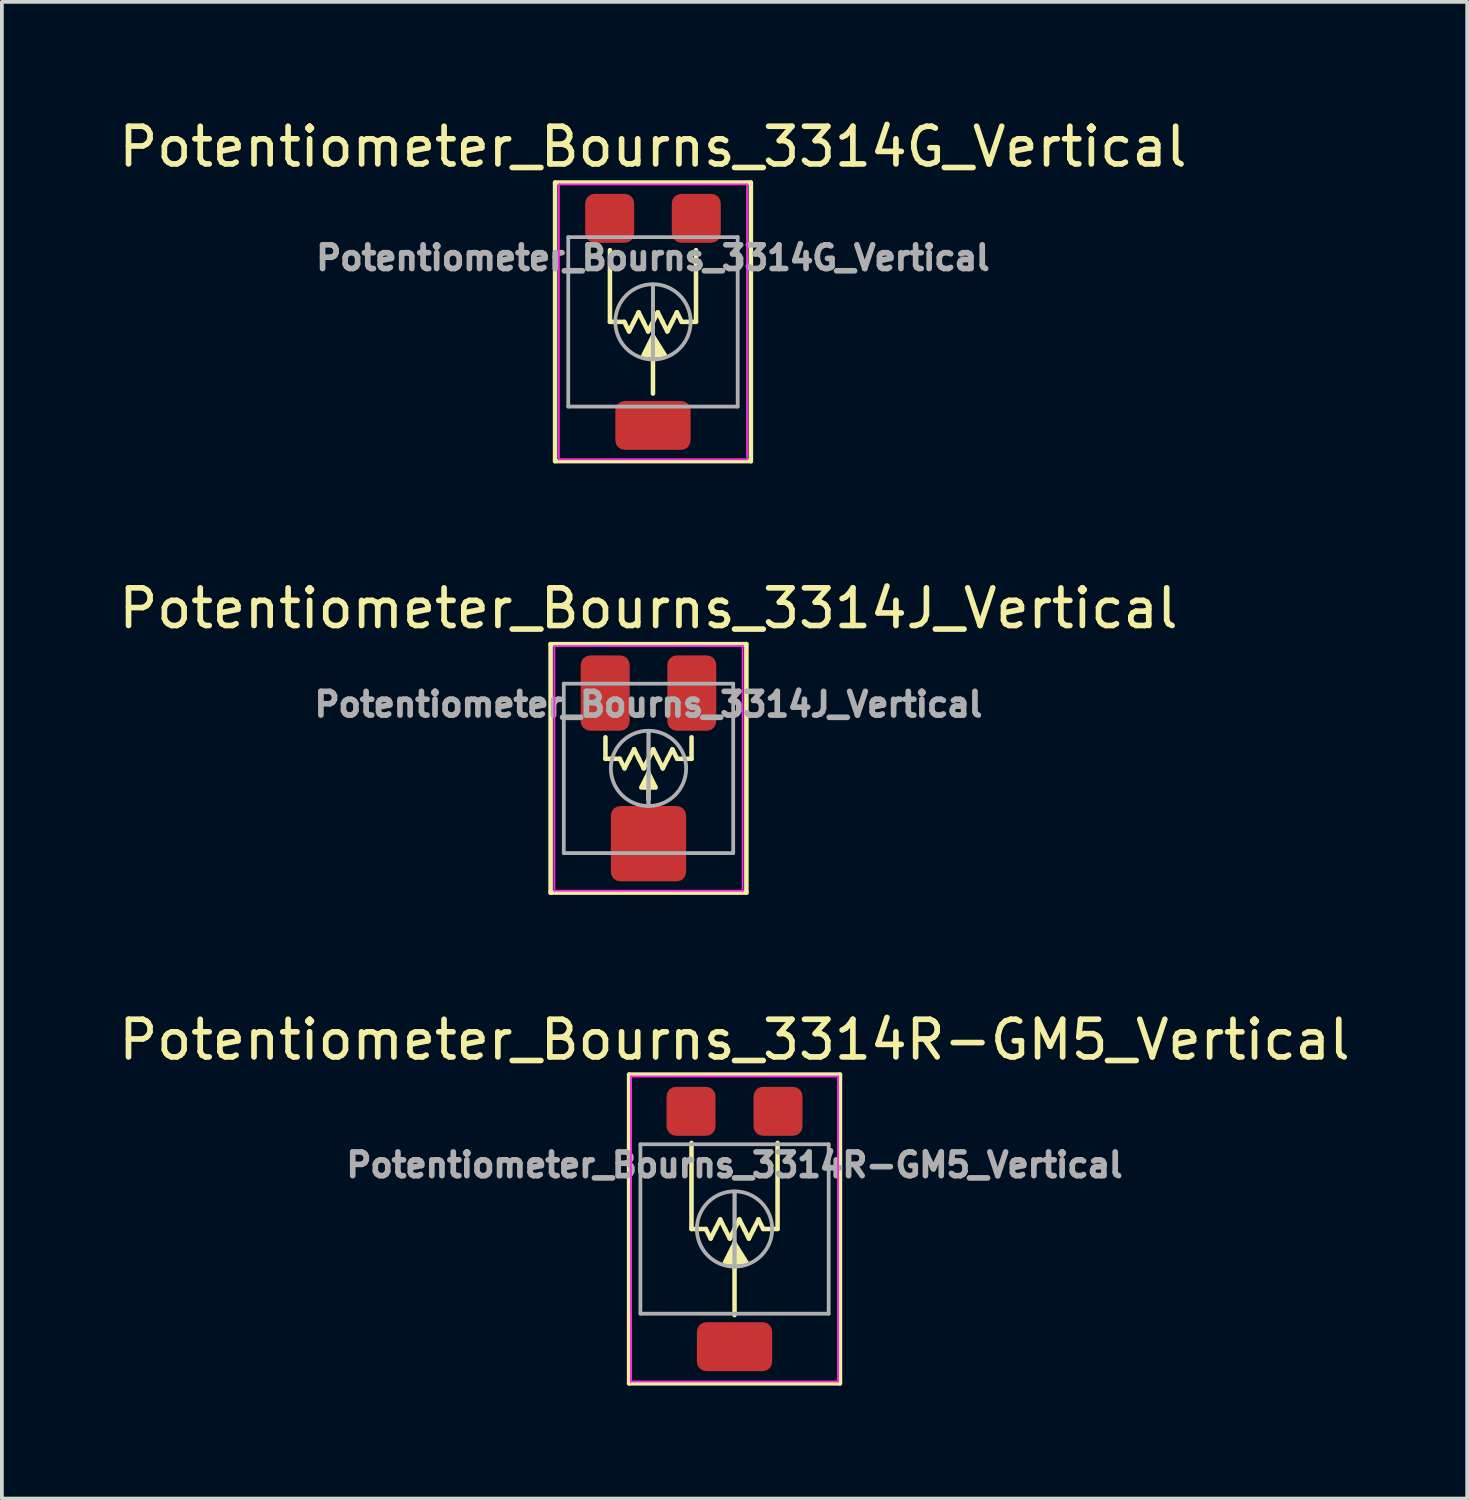
<source format=kicad_pcb>
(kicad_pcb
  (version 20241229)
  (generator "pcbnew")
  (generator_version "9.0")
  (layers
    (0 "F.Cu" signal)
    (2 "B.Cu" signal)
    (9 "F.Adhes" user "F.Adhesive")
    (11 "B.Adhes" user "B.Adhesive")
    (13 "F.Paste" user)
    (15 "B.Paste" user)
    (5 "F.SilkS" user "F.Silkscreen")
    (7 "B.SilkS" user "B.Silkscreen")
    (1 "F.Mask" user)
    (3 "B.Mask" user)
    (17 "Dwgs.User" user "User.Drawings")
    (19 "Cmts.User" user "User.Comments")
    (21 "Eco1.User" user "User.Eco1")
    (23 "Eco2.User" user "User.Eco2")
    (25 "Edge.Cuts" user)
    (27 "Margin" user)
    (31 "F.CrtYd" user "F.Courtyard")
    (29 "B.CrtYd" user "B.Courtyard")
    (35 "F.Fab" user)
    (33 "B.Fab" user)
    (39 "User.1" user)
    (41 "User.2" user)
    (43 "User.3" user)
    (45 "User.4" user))
  (footprint "Potentiometer_Bourns_3314R-GM5_Vertical"
    (layer "F.Cu")
    (at 16.458 29.59)
    (property "Reference" "Potentiometer_Bourns_3314R-GM5_Vertical" (at 0 -5.025 0) (layer "F.SilkS") (effects (font (size 1 1) (thickness 0.15))))
    (attr smd)
    (fp_line (start -2.8 -4.1) (end -2.8 4.1) (stroke (width 0.12) (type solid)) (layer "F.SilkS"))
    (fp_line (start -2.8 4.1) (end 2.8 4.1) (stroke (width 0.12) (type solid)) (layer "F.SilkS"))
    (fp_line (start -1.143 0) (end -1.143 -2.286) (stroke (width 0.12) (type solid)) (layer "F.SilkS"))
    (fp_line (start -0.762 0) (end -1.143 0) (stroke (width 0.12) (type solid)) (layer "F.SilkS"))
    (fp_line (start -0.762 0) (end -0.635 0.254) (stroke (width 0.12) (type solid)) (layer "F.SilkS"))
    (fp_line (start -0.635 0.254) (end -0.508 0) (stroke (width 0.12) (type solid)) (layer "F.SilkS"))
    (fp_line (start -0.381 -0.254) (end -0.508 0) (stroke (width 0.12) (type solid)) (layer "F.SilkS"))
    (fp_line (start -0.254 0) (end -0.381 -0.254) (stroke (width 0.12) (type solid)) (layer "F.SilkS"))
    (fp_line (start -0.254 0) (end -0.127 0.254) (stroke (width 0.12) (type solid)) (layer "F.SilkS"))
    (fp_line (start -0.127 0.254) (end 0 0) (stroke (width 0.12) (type solid)) (layer "F.SilkS"))
    (fp_line (start 0 0.381) (end 0 2.286) (stroke (width 0.12) (type solid)) (layer "F.SilkS"))
    (fp_line (start 0.127 -0.254) (end 0 0) (stroke (width 0.12) (type solid)) (layer "F.SilkS"))
    (fp_line (start 0.254 0) (end 0.127 -0.254) (stroke (width 0.12) (type solid)) (layer "F.SilkS"))
    (fp_line (start 0.254 0) (end 0.381 0.254) (stroke (width 0.12) (type solid)) (layer "F.SilkS"))
    (fp_line (start 0.381 0.254) (end 0.508 0) (stroke (width 0.12) (type solid)) (layer "F.SilkS"))
    (fp_line (start 0.635 -0.254) (end 0.508 0) (stroke (width 0.12) (type solid)) (layer "F.SilkS"))
    (fp_line (start 0.762 0) (end 0.635 -0.254) (stroke (width 0.12) (type solid)) (layer "F.SilkS"))
    (fp_line (start 1.143 -2.286) (end 1.143 0) (stroke (width 0.12) (type solid)) (layer "F.SilkS"))
    (fp_line (start 1.143 0) (end 0.762 0) (stroke (width 0.12) (type solid)) (layer "F.SilkS"))
    (fp_line (start 2.8 -4.1) (end -2.8 -4.1) (stroke (width 0.12) (type solid)) (layer "F.SilkS"))
    (fp_line (start 2.8 4.1) (end 2.8 -4.1) (stroke (width 0.12) (type solid)) (layer "F.SilkS"))
    (fp_poly (pts (xy 0.318 0.889) (xy -0.254 0.889) (xy 0 0.381)) (stroke (width 0.12) (type solid)) (fill yes) (layer "F.SilkS"))
    (fp_line (start -2.75 -4.05) (end -2.75 4.05) (stroke (width 0.05) (type solid)) (layer "F.CrtYd"))
    (fp_line (start -2.75 4.05) (end 2.75 4.05) (stroke (width 0.05) (type solid)) (layer "F.CrtYd"))
    (fp_line (start 2.75 -4.05) (end -2.75 -4.05) (stroke (width 0.05) (type solid)) (layer "F.CrtYd"))
    (fp_line (start 2.75 4.05) (end 2.75 -4.05) (stroke (width 0.05) (type solid)) (layer "F.CrtYd"))
    (fp_line (start -2.5 -2.25) (end -2.5 2.25) (stroke (width 0.1) (type solid)) (layer "F.Fab"))
    (fp_line (start -2.5 2.25) (end 2.5 2.25) (stroke (width 0.1) (type solid)) (layer "F.Fab"))
    (fp_line (start 0 0.99) (end 0.001 -0.989) (stroke (width 0.1) (type solid)) (layer "F.Fab"))
    (fp_line (start 0 0.99) (end 0.001 -0.989) (stroke (width 0.1) (type solid)) (layer "F.Fab"))
    (fp_line (start 2.5 -2.25) (end -2.5 -2.25) (stroke (width 0.1) (type solid)) (layer "F.Fab"))
    (fp_line (start 2.5 2.25) (end 2.5 -2.25) (stroke (width 0.1) (type solid)) (layer "F.Fab"))
    (fp_circle (center 0 0) (end 1 0) (stroke (width 0.1) (type solid)) (fill no) (layer "F.Fab"))
    (fp_text user "${REFERENCE}" (at 0 -1.7 0) (layer "F.Fab") (effects (font (size 0.63 0.63) (thickness 0.15))))
    (pad "1" smd roundrect (at 1.155 -3.125) (size 1.3 1.3) (layers "F.Cu" "F.Mask" "F.Paste") (roundrect_rratio 0.192))
    (pad "2" smd roundrect (at 0 3.125) (size 2 1.3) (layers "F.Cu" "F.Mask" "F.Paste") (roundrect_rratio 0.192))
    (pad "3" smd roundrect (at -1.155 -3.125) (size 1.3 1.3) (layers "F.Cu" "F.Mask" "F.Paste") (roundrect_rratio 0.192)))
  (footprint "Potentiometer_Bourns_3314J_Vertical"
    (layer "F.Cu")
    (at 14.173 17.357)
    (property "Reference" "Potentiometer_Bourns_3314J_Vertical" (at 0 -4.25 0) (layer "F.SilkS") (effects (font (size 1 1) (thickness 0.15))))
    (attr smd)
    (fp_line (start -2.6 -3.3) (end 2.6 -3.3) (stroke (width 0.12) (type solid)) (layer "F.SilkS"))
    (fp_line (start -2.6 3.3) (end -2.6 -3.3) (stroke (width 0.12) (type solid)) (layer "F.SilkS"))
    (fp_line (start -1.143 -0.254) (end -1.143 -0.826) (stroke (width 0.12) (type solid)) (layer "F.SilkS"))
    (fp_line (start -0.763 -0.255) (end -1.143 -0.254) (stroke (width 0.12) (type solid)) (layer "F.SilkS"))
    (fp_line (start -0.763 -0.255) (end -0.636 -0.001) (stroke (width 0.12) (type solid)) (layer "F.SilkS"))
    (fp_line (start -0.636 -0.001) (end -0.509 -0.255) (stroke (width 0.12) (type solid)) (layer "F.SilkS"))
    (fp_line (start -0.382 -0.509) (end -0.509 -0.255) (stroke (width 0.12) (type solid)) (layer "F.SilkS"))
    (fp_line (start -0.255 -0.255) (end -0.382 -0.509) (stroke (width 0.12) (type solid)) (layer "F.SilkS"))
    (fp_line (start -0.255 -0.255) (end -0.128 -0.001) (stroke (width 0.12) (type solid)) (layer "F.SilkS"))
    (fp_line (start -0.128 -0.001) (end -0.001 -0.255) (stroke (width 0.12) (type solid)) (layer "F.SilkS"))
    (fp_line (start 0 0.127) (end 0 0.826) (stroke (width 0.12) (type solid)) (layer "F.SilkS"))
    (fp_line (start 0.126 -0.509) (end -0.001 -0.255) (stroke (width 0.12) (type solid)) (layer "F.SilkS"))
    (fp_line (start 0.253 -0.255) (end 0.126 -0.509) (stroke (width 0.12) (type solid)) (layer "F.SilkS"))
    (fp_line (start 0.253 -0.255) (end 0.38 -0.001) (stroke (width 0.12) (type solid)) (layer "F.SilkS"))
    (fp_line (start 0.38 -0.001) (end 0.507 -0.255) (stroke (width 0.12) (type solid)) (layer "F.SilkS"))
    (fp_line (start 0.634 -0.509) (end 0.507 -0.255) (stroke (width 0.12) (type solid)) (layer "F.SilkS"))
    (fp_line (start 0.761 -0.255) (end 0.634 -0.509) (stroke (width 0.12) (type solid)) (layer "F.SilkS"))
    (fp_line (start 1.143 -0.826) (end 1.143 -0.254) (stroke (width 0.12) (type solid)) (layer "F.SilkS"))
    (fp_line (start 1.143 -0.254) (end 0.761 -0.255) (stroke (width 0.12) (type solid)) (layer "F.SilkS"))
    (fp_line (start 2.6 -3.3) (end 2.6 3.3) (stroke (width 0.12) (type solid)) (layer "F.SilkS"))
    (fp_line (start 2.6 3.3) (end -2.6 3.3) (stroke (width 0.12) (type solid)) (layer "F.SilkS"))
    (fp_poly (pts (xy 0.191 0.508) (xy -0.191 0.508) (xy 0 0.127)) (stroke (width 0.12) (type solid)) (fill yes) (layer "F.SilkS"))
    (fp_line (start -2.5 -3.25) (end -2.5 3.25) (stroke (width 0.05) (type solid)) (layer "F.CrtYd"))
    (fp_line (start -2.5 3.25) (end 2.5 3.25) (stroke (width 0.05) (type solid)) (layer "F.CrtYd"))
    (fp_line (start 2.5 -3.25) (end -2.5 -3.25) (stroke (width 0.05) (type solid)) (layer "F.CrtYd"))
    (fp_line (start 2.5 3.25) (end 2.5 -3.25) (stroke (width 0.05) (type solid)) (layer "F.CrtYd"))
    (fp_line (start -2.25 -2.25) (end -2.25 2.25) (stroke (width 0.1) (type solid)) (layer "F.Fab"))
    (fp_line (start -2.25 2.25) (end 2.25 2.25) (stroke (width 0.1) (type solid)) (layer "F.Fab"))
    (fp_line (start 0 0.99) (end 0.001 -0.989) (stroke (width 0.1) (type solid)) (layer "F.Fab"))
    (fp_line (start 0 0.99) (end 0.001 -0.989) (stroke (width 0.1) (type solid)) (layer "F.Fab"))
    (fp_line (start 2.25 -2.25) (end -2.25 -2.25) (stroke (width 0.1) (type solid)) (layer "F.Fab"))
    (fp_line (start 2.25 2.25) (end 2.25 -2.25) (stroke (width 0.1) (type solid)) (layer "F.Fab"))
    (fp_circle (center 0 0) (end 1 0) (stroke (width 0.1) (type solid)) (fill no) (layer "F.Fab"))
    (fp_text user "${REFERENCE}" (at 0 -1.7 0) (layer "F.Fab") (effects (font (size 0.63 0.63) (thickness 0.15))))
    (pad "1" smd roundrect (at 1.15 -2) (size 1.3 2) (layers "F.Cu" "F.Mask" "F.Paste") (roundrect_rratio 0.192))
    (pad "2" smd roundrect (at 0 2) (size 2 2) (layers "F.Cu" "F.Mask" "F.Paste") (roundrect_rratio 0.125))
    (pad "3" smd roundrect (at -1.15 -2) (size 1.3 2) (layers "F.Cu" "F.Mask" "F.Paste") (roundrect_rratio 0.192)))
  (footprint "Potentiometer_Bourns_3314G_Vertical"
    (layer "F.Cu")
    (at 14.292 5.498)
    (property "Reference" "Potentiometer_Bourns_3314G_Vertical" (at 0 -4.65 0) (layer "F.SilkS") (effects (font (size 1 1) (thickness 0.15))))
    (attr smd)
    (fp_line (start -2.6 -3.7) (end -2.6 3.7) (stroke (width 0.12) (type solid)) (layer "F.SilkS"))
    (fp_line (start -2.6 3.7) (end 2.6 3.7) (stroke (width 0.12) (type solid)) (layer "F.SilkS"))
    (fp_line (start -1.143 0) (end -1.143 -1.905) (stroke (width 0.12) (type solid)) (layer "F.SilkS"))
    (fp_line (start -0.762 0) (end -1.143 0) (stroke (width 0.12) (type solid)) (layer "F.SilkS"))
    (fp_line (start -0.762 0) (end -0.635 0.254) (stroke (width 0.12) (type solid)) (layer "F.SilkS"))
    (fp_line (start -0.635 0.254) (end -0.508 0) (stroke (width 0.12) (type solid)) (layer "F.SilkS"))
    (fp_line (start -0.381 -0.254) (end -0.508 0) (stroke (width 0.12) (type solid)) (layer "F.SilkS"))
    (fp_line (start -0.254 0) (end -0.381 -0.254) (stroke (width 0.12) (type solid)) (layer "F.SilkS"))
    (fp_line (start -0.254 0) (end -0.127 0.254) (stroke (width 0.12) (type solid)) (layer "F.SilkS"))
    (fp_line (start -0.127 0.254) (end 0 0) (stroke (width 0.12) (type solid)) (layer "F.SilkS"))
    (fp_line (start 0 0.381) (end 0 1.905) (stroke (width 0.12) (type solid)) (layer "F.SilkS"))
    (fp_line (start 0.127 -0.254) (end 0 0) (stroke (width 0.12) (type solid)) (layer "F.SilkS"))
    (fp_line (start 0.254 0) (end 0.127 -0.254) (stroke (width 0.12) (type solid)) (layer "F.SilkS"))
    (fp_line (start 0.254 0) (end 0.381 0.254) (stroke (width 0.12) (type solid)) (layer "F.SilkS"))
    (fp_line (start 0.381 0.254) (end 0.508 0) (stroke (width 0.12) (type solid)) (layer "F.SilkS"))
    (fp_line (start 0.635 -0.254) (end 0.508 0) (stroke (width 0.12) (type solid)) (layer "F.SilkS"))
    (fp_line (start 0.762 0) (end 0.635 -0.254) (stroke (width 0.12) (type solid)) (layer "F.SilkS"))
    (fp_line (start 1.143 -1.905) (end 1.143 0) (stroke (width 0.12) (type solid)) (layer "F.SilkS"))
    (fp_line (start 1.143 0) (end 0.762 0) (stroke (width 0.12) (type solid)) (layer "F.SilkS"))
    (fp_line (start 2.6 -3.7) (end -2.6 -3.7) (stroke (width 0.12) (type solid)) (layer "F.SilkS"))
    (fp_line (start 2.6 3.7) (end 2.6 -3.7) (stroke (width 0.12) (type solid)) (layer "F.SilkS"))
    (fp_poly (pts (xy 0.318 0.889) (xy -0.254 0.889) (xy 0 0.381)) (stroke (width 0.12) (type solid)) (fill yes) (layer "F.SilkS"))
    (fp_line (start -2.5 -3.65) (end -2.5 3.65) (stroke (width 0.05) (type solid)) (layer "F.CrtYd"))
    (fp_line (start -2.5 3.65) (end 2.5 3.65) (stroke (width 0.05) (type solid)) (layer "F.CrtYd"))
    (fp_line (start 2.5 -3.65) (end -2.5 -3.65) (stroke (width 0.05) (type solid)) (layer "F.CrtYd"))
    (fp_line (start 2.5 3.65) (end 2.5 -3.65) (stroke (width 0.05) (type solid)) (layer "F.CrtYd"))
    (fp_line (start -2.25 -2.25) (end -2.25 2.25) (stroke (width 0.1) (type solid)) (layer "F.Fab"))
    (fp_line (start -2.25 2.25) (end 2.25 2.25) (stroke (width 0.1) (type solid)) (layer "F.Fab"))
    (fp_line (start 0 0.99) (end 0.001 -0.989) (stroke (width 0.1) (type solid)) (layer "F.Fab"))
    (fp_line (start 0 0.99) (end 0.001 -0.989) (stroke (width 0.1) (type solid)) (layer "F.Fab"))
    (fp_line (start 2.25 -2.25) (end -2.25 -2.25) (stroke (width 0.1) (type solid)) (layer "F.Fab"))
    (fp_line (start 2.25 2.25) (end 2.25 -2.25) (stroke (width 0.1) (type solid)) (layer "F.Fab"))
    (fp_circle (center 0 0) (end 1 0) (stroke (width 0.1) (type solid)) (fill no) (layer "F.Fab"))
    (fp_text user "${REFERENCE}" (at 0 -1.7 0) (layer "F.Fab") (effects (font (size 0.63 0.63) (thickness 0.15))))
    (pad "1" smd roundrect (at 1.15 -2.75) (size 1.3 1.3) (layers "F.Cu" "F.Mask" "F.Paste") (roundrect_rratio 0.192))
    (pad "2" smd roundrect (at 0 2.75) (size 2 1.3) (layers "F.Cu" "F.Mask" "F.Paste") (roundrect_rratio 0.192))
    (pad "3" smd roundrect (at -1.15 -2.75) (size 1.3 1.3) (layers "F.Cu" "F.Mask" "F.Paste") (roundrect_rratio 0.192)))
  (gr_rect
    (start -3 -3)
    (end 35.917 36.75)
    (stroke (width 0.1) (type default))
    (fill no)
    (layer "Edge.Cuts")))
</source>
